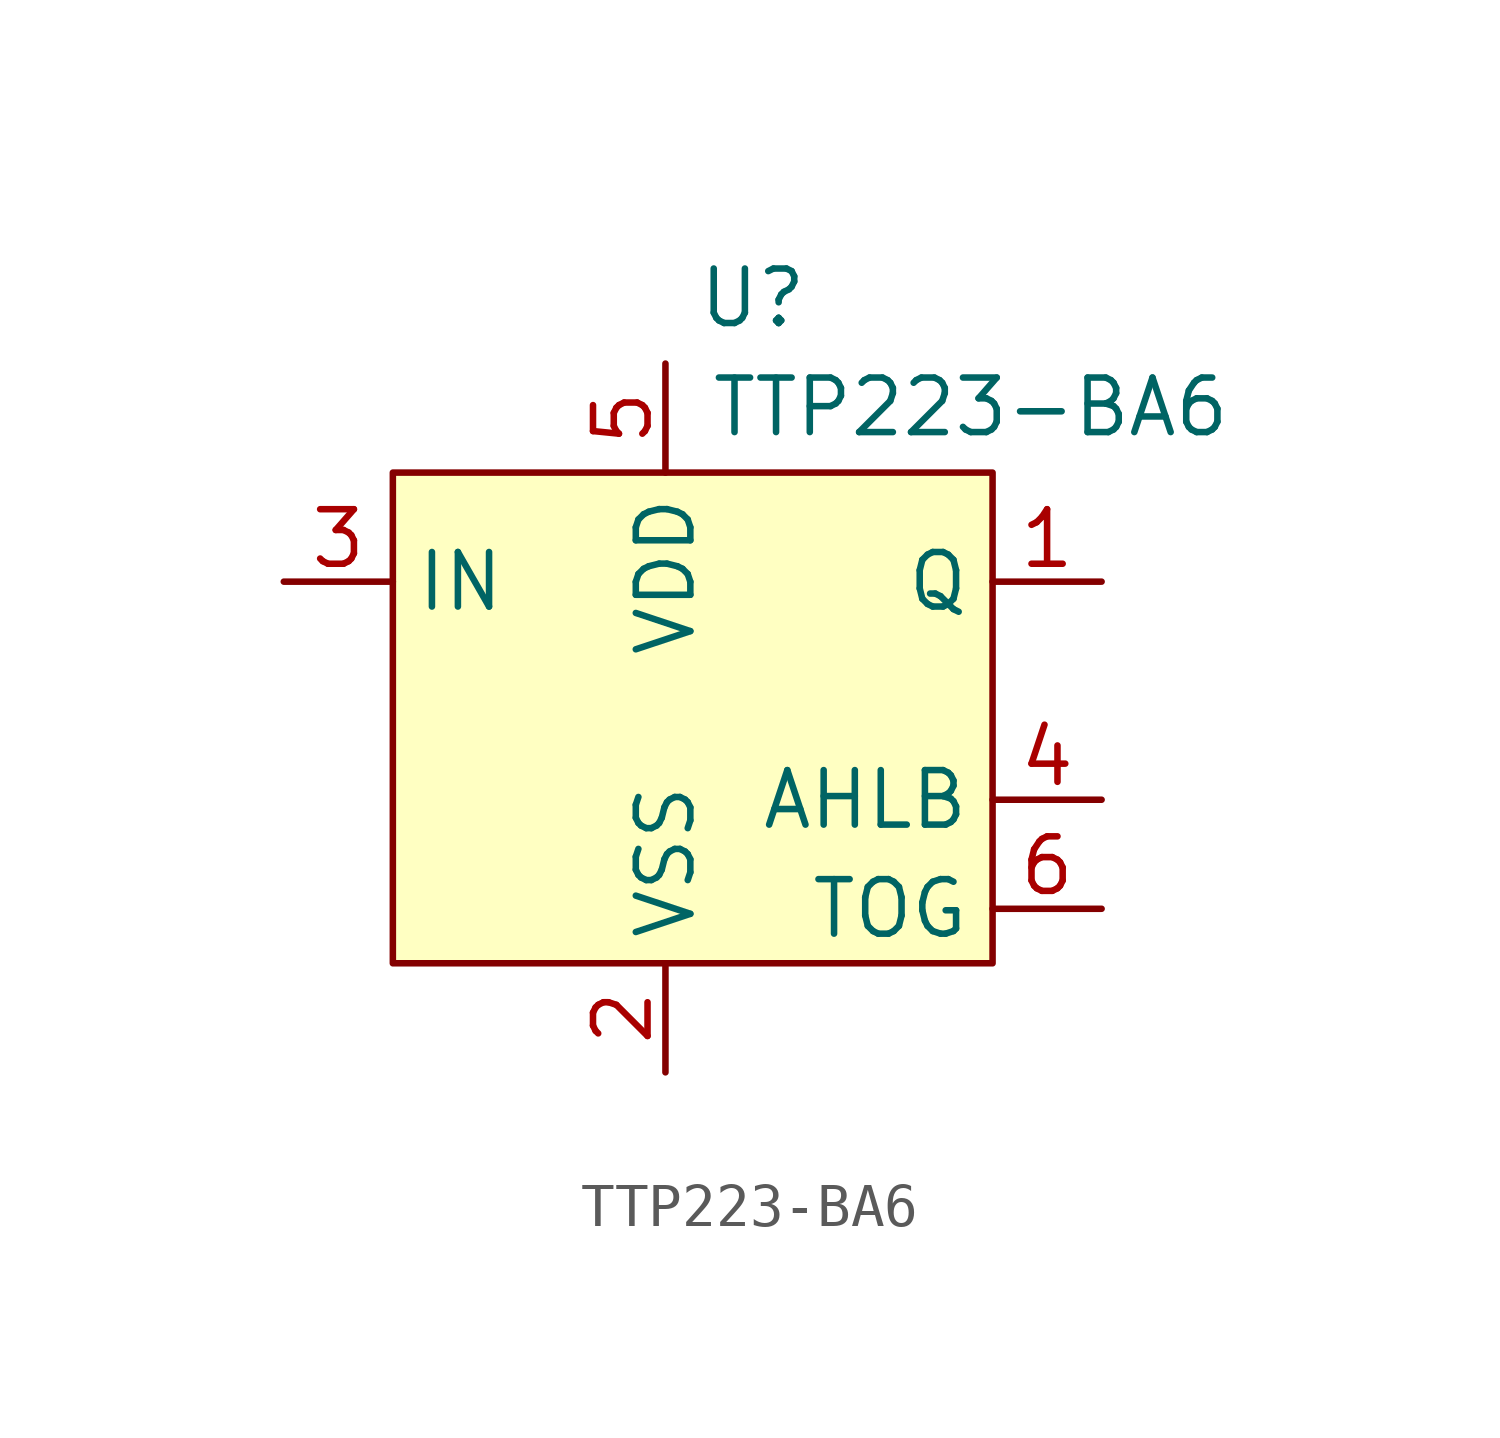
<source format=kicad_sym>
(kicad_symbol_lib
  (version 20241209)
  (generator "kicad_symbol_editor")
  (generator_version "9.0")
  (symbol "TTP223-BA6"
    (property "Reference" "U"
      (at 8.382 4.064 0)
      (effects (font (size 1.27 1.27))))
    (property "Value" "TTP223-BA6"
      (at 13.462 1.524 0)
      (effects (font (size 1.27 1.27))))
    (symbol "TTP223-BA6_1_1"
      (rectangle (start 0 0) (end 13.97 -11.43) (stroke (width 0) (type solid)) (fill (type background)))
      (pin passive line (at -2.54 -2.54 0) (length 2.54) (name "IN" (effects (font (size 1.27 1.27)))) (number "3" (effects (font (size 1.27 1.27)))))
      (pin power_in line (at 6.35 2.54 270) (length 2.54) (name "VDD" (effects (font (size 1.27 1.27)))) (number "5" (effects (font (size 1.27 1.27)))))
      (pin power_in line (at 6.35 -13.97 90) (length 2.54) (name "VSS" (effects (font (size 1.27 1.27)))) (number "2" (effects (font (size 1.27 1.27)))))
      (pin output line (at 16.51 -2.54 180) (length 2.54) (name "Q" (effects (font (size 1.27 1.27)))) (number "1" (effects (font (size 1.27 1.27)))))
      (pin passive line (at 16.51 -7.62 180) (length 2.54) (name "AHLB" (effects (font (size 1.27 1.27)))) (number "4" (effects (font (size 1.27 1.27)))))
      (pin passive line (at 16.51 -10.16 180) (length 2.54) (name "TOG" (effects (font (size 1.27 1.27)))) (number "6" (effects (font (size 1.27 1.27))))))))
</source>
